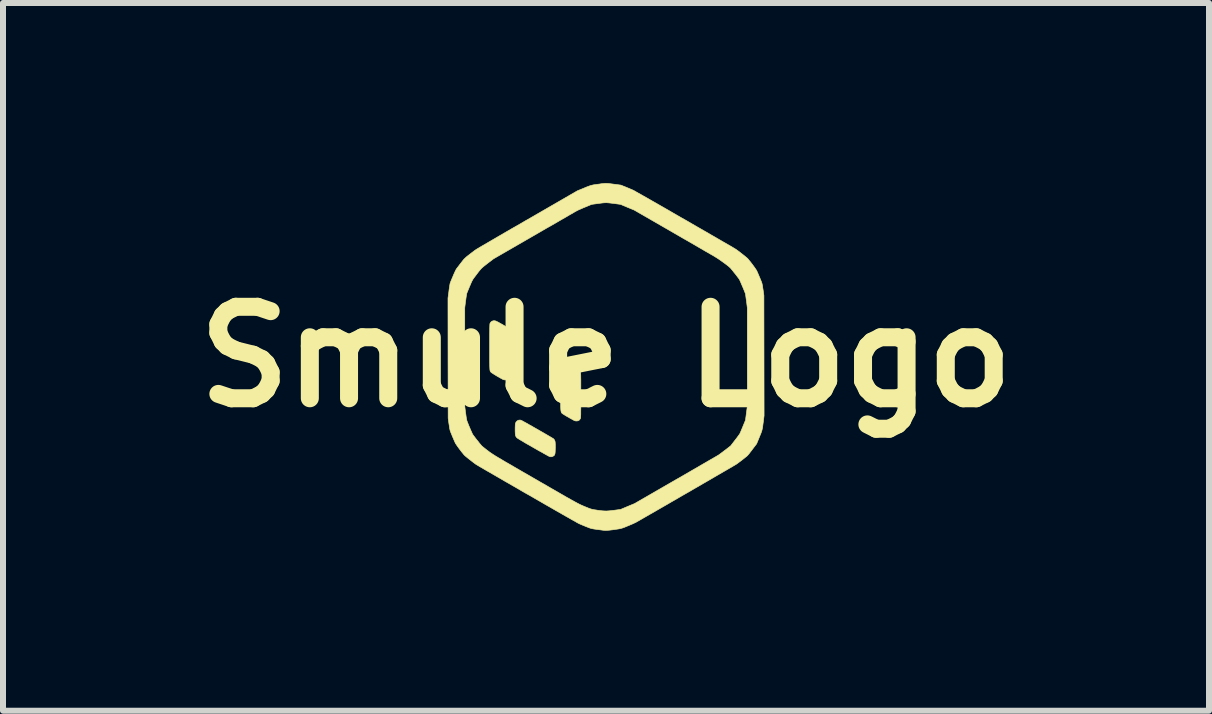
<source format=kicad_pcb>
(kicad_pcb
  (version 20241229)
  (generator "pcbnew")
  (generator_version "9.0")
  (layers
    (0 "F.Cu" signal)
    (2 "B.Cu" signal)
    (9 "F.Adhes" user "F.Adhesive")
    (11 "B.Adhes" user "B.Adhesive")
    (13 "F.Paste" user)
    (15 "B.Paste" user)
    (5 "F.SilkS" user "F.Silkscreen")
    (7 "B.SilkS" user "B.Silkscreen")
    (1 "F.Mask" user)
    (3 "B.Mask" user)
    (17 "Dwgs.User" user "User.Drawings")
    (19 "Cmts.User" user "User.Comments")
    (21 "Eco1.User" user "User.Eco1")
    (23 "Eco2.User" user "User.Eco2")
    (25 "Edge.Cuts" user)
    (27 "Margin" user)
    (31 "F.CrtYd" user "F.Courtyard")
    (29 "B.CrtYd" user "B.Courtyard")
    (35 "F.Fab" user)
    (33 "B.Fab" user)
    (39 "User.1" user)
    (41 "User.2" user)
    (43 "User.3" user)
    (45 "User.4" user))
  (footprint "Smule Logo"
    (layer "F.Cu")
    (at 7.047 2.896)
    (property "Reference" "Smule Logo" (at 0 0 0) (layer "F.SilkS") (effects (font (size 1.524 1.524) (thickness 0.3))))
    (attr through_hole)
    (fp_poly (pts (xy -1.419 1.055) (xy -1.411 1.058) (xy -1.397 1.065) (xy -1.375 1.077) (xy -1.348 1.092) (xy -1.316 1.109) (xy -1.281 1.13) (xy -1.242 1.151) (xy -1.201 1.175) (xy -1.159 1.199) (xy -1.117 1.223) (xy -1.075 1.247) (xy -1.035 1.27) (xy -0.997 1.292) (xy -0.963 1.312) (xy -0.932 1.33) (xy -0.907 1.345) (xy -0.888 1.356) (xy -0.876 1.364) (xy -0.873 1.366) (xy -0.865 1.376) (xy -0.856 1.39) (xy -0.854 1.395) (xy -0.851 1.403) (xy -0.849 1.412) (xy -0.847 1.425) (xy -0.846 1.442) (xy -0.845 1.465) (xy -0.845 1.495) (xy -0.845 1.509) (xy -0.846 1.549) (xy -0.847 1.58) (xy -0.849 1.604) (xy -0.853 1.621) (xy -0.858 1.634) (xy -0.866 1.644) (xy -0.876 1.651) (xy -0.885 1.656) (xy -0.903 1.663) (xy -0.918 1.665) (xy -0.935 1.662) (xy -0.945 1.659) (xy -0.952 1.655) (xy -0.967 1.648) (xy -0.988 1.636) (xy -1.015 1.621) (xy -1.047 1.603) (xy -1.082 1.583) (xy -1.121 1.562) (xy -1.161 1.539) (xy -1.203 1.515) (xy -1.244 1.491) (xy -1.285 1.468) (xy -1.324 1.446) (xy -1.36 1.425) (xy -1.392 1.405) (xy -1.42 1.389) (xy -1.443 1.375) (xy -1.459 1.365) (xy -1.465 1.361) (xy -1.481 1.351) (xy -1.492 1.34) (xy -1.501 1.327) (xy -1.507 1.312) (xy -1.511 1.292) (xy -1.513 1.267) (xy -1.514 1.234) (xy -1.514 1.211) (xy -1.514 1.181) (xy -1.513 1.153) (xy -1.512 1.13) (xy -1.51 1.113) (xy -1.509 1.107) (xy -1.498 1.084) (xy -1.48 1.066) (xy -1.458 1.055) (xy -1.433 1.052) (xy -1.419 1.055)) (stroke (width 0.01) (type solid)) (fill yes) (layer "F.SilkS"))
    (fp_poly (pts (xy -1.852 -0.602) (xy -1.845 -0.6) (xy -1.833 -0.596) (xy -1.814 -0.587) (xy -1.79 -0.575) (xy -1.764 -0.56) (xy -1.735 -0.544) (xy -1.707 -0.528) (xy -1.681 -0.512) (xy -1.658 -0.498) (xy -1.641 -0.486) (xy -1.631 -0.479) (xy -1.616 -0.459) (xy -1.607 -0.441) (xy -1.606 -0.433) (xy -1.605 -0.419) (xy -1.605 -0.397) (xy -1.604 -0.367) (xy -1.603 -0.33) (xy -1.603 -0.284) (xy -1.603 -0.23) (xy -1.603 -0.167) (xy -1.603 -0.095) (xy -1.603 -0.043) (xy -1.604 0.028) (xy -1.604 0.09) (xy -1.604 0.144) (xy -1.604 0.19) (xy -1.605 0.229) (xy -1.605 0.261) (xy -1.606 0.288) (xy -1.607 0.309) (xy -1.609 0.326) (xy -1.611 0.339) (xy -1.613 0.348) (xy -1.615 0.356) (xy -1.618 0.361) (xy -1.622 0.365) (xy -1.626 0.368) (xy -1.631 0.372) (xy -1.632 0.373) (xy -1.649 0.38) (xy -1.671 0.384) (xy -1.693 0.383) (xy -1.71 0.379) (xy -1.721 0.374) (xy -1.739 0.364) (xy -1.761 0.352) (xy -1.787 0.337) (xy -1.814 0.322) (xy -1.84 0.306) (xy -1.865 0.291) (xy -1.886 0.277) (xy -1.902 0.267) (xy -1.911 0.26) (xy -1.912 0.26) (xy -1.917 0.255) (xy -1.921 0.251) (xy -1.925 0.246) (xy -1.928 0.241) (xy -1.931 0.233) (xy -1.933 0.224) (xy -1.935 0.211) (xy -1.936 0.194) (xy -1.937 0.173) (xy -1.938 0.148) (xy -1.938 0.116) (xy -1.939 0.078) (xy -1.939 0.033) (xy -1.939 -0.019) (xy -1.939 -0.08) (xy -1.939 -0.15) (xy -1.939 -0.163) (xy -1.939 -0.245) (xy -1.939 -0.317) (xy -1.939 -0.379) (xy -1.938 -0.432) (xy -1.938 -0.475) (xy -1.937 -0.509) (xy -1.936 -0.534) (xy -1.935 -0.549) (xy -1.934 -0.555) (xy -1.921 -0.578) (xy -1.901 -0.594) (xy -1.878 -0.602) (xy -1.852 -0.602)) (stroke (width 0.01) (type solid)) (fill yes) (layer "F.SilkS"))
    (fp_poly (pts (xy -0.668 0.081) (xy -0.657 0.084) (xy -0.642 0.09) (xy -0.623 0.1) (xy -0.599 0.113) (xy -0.568 0.13) (xy -0.537 0.148) (xy -0.512 0.163) (xy -0.488 0.177) (xy -0.468 0.19) (xy -0.454 0.2) (xy -0.448 0.205) (xy -0.443 0.209) (xy -0.438 0.213) (xy -0.435 0.218) (xy -0.431 0.223) (xy -0.429 0.231) (xy -0.427 0.24) (xy -0.425 0.253) (xy -0.423 0.269) (xy -0.422 0.29) (xy -0.421 0.316) (xy -0.421 0.347) (xy -0.42 0.384) (xy -0.42 0.429) (xy -0.42 0.481) (xy -0.42 0.542) (xy -0.42 0.611) (xy -0.42 0.631) (xy -0.42 0.702) (xy -0.42 0.763) (xy -0.42 0.816) (xy -0.42 0.861) (xy -0.421 0.899) (xy -0.421 0.931) (xy -0.421 0.956) (xy -0.422 0.977) (xy -0.423 0.993) (xy -0.423 1.005) (xy -0.424 1.015) (xy -0.426 1.021) (xy -0.427 1.026) (xy -0.428 1.03) (xy -0.429 1.03) (xy -0.438 1.044) (xy -0.449 1.056) (xy -0.45 1.056) (xy -0.468 1.065) (xy -0.49 1.068) (xy -0.513 1.066) (xy -0.523 1.063) (xy -0.533 1.058) (xy -0.551 1.049) (xy -0.573 1.036) (xy -0.599 1.022) (xy -0.626 1.006) (xy -0.653 0.991) (xy -0.679 0.976) (xy -0.7 0.962) (xy -0.717 0.952) (xy -0.726 0.945) (xy -0.732 0.941) (xy -0.737 0.936) (xy -0.741 0.931) (xy -0.744 0.925) (xy -0.747 0.916) (xy -0.75 0.905) (xy -0.752 0.891) (xy -0.754 0.872) (xy -0.755 0.849) (xy -0.756 0.821) (xy -0.756 0.786) (xy -0.757 0.745) (xy -0.757 0.697) (xy -0.757 0.641) (xy -0.757 0.576) (xy -0.757 0.521) (xy -0.757 0.442) (xy -0.757 0.372) (xy -0.756 0.311) (xy -0.756 0.259) (xy -0.755 0.217) (xy -0.755 0.184) (xy -0.754 0.16) (xy -0.753 0.145) (xy -0.752 0.139) (xy -0.741 0.116) (xy -0.725 0.097) (xy -0.703 0.085) (xy -0.698 0.083) (xy -0.688 0.081) (xy -0.679 0.08) (xy -0.668 0.081)) (stroke (width 0.01) (type solid)) (fill yes) (layer "F.SilkS"))
    (fp_poly (pts (xy 0.016 -2.89) (xy 0.038 -2.889) (xy 0.063 -2.886) (xy 0.094 -2.882) (xy 0.133 -2.877) (xy 0.135 -2.877) (xy 0.247 -2.862) (xy 0.327 -2.83) (xy 0.358 -2.817) (xy 0.39 -2.804) (xy 0.42 -2.791) (xy 0.446 -2.78) (xy 0.457 -2.775) (xy 0.465 -2.77) (xy 0.481 -2.762) (xy 0.504 -2.748) (xy 0.534 -2.731) (xy 0.571 -2.711) (xy 0.614 -2.686) (xy 0.662 -2.659) (xy 0.715 -2.629) (xy 0.772 -2.596) (xy 0.834 -2.561) (xy 0.898 -2.524) (xy 0.966 -2.485) (xy 1.036 -2.445) (xy 1.108 -2.403) (xy 1.181 -2.361) (xy 1.255 -2.318) (xy 1.33 -2.276) (xy 1.404 -2.233) (xy 1.478 -2.19) (xy 1.551 -2.148) (xy 1.622 -2.107) (xy 1.691 -2.068) (xy 1.757 -2.029) (xy 1.82 -1.993) (xy 1.88 -1.958) (xy 1.935 -1.926) (xy 1.986 -1.897) (xy 2.031 -1.871) (xy 2.071 -1.848) (xy 2.105 -1.828) (xy 2.131 -1.812) (xy 2.151 -1.8) (xy 2.163 -1.793) (xy 2.166 -1.791) (xy 2.182 -1.779) (xy 2.203 -1.764) (xy 2.227 -1.746) (xy 2.252 -1.726) (xy 2.278 -1.706) (xy 2.303 -1.686) (xy 2.325 -1.668) (xy 2.343 -1.653) (xy 2.356 -1.642) (xy 2.36 -1.638) (xy 2.372 -1.624) (xy 2.388 -1.604) (xy 2.407 -1.581) (xy 2.427 -1.555) (xy 2.448 -1.527) (xy 2.467 -1.501) (xy 2.484 -1.477) (xy 2.498 -1.456) (xy 2.508 -1.441) (xy 2.511 -1.436) (xy 2.517 -1.422) (xy 2.526 -1.402) (xy 2.537 -1.376) (xy 2.549 -1.348) (xy 2.562 -1.318) (xy 2.573 -1.29) (xy 2.584 -1.264) (xy 2.592 -1.243) (xy 2.597 -1.228) (xy 2.598 -1.226) (xy 2.6 -1.216) (xy 2.604 -1.198) (xy 2.608 -1.174) (xy 2.612 -1.146) (xy 2.617 -1.116) (xy 2.63 -1.023) (xy 2.633 0.979) (xy 2.621 1.079) (xy 2.615 1.12) (xy 2.611 1.154) (xy 2.607 1.181) (xy 2.602 1.204) (xy 2.597 1.226) (xy 2.59 1.247) (xy 2.582 1.27) (xy 2.571 1.296) (xy 2.558 1.329) (xy 2.553 1.341) (xy 2.509 1.448) (xy 2.442 1.536) (xy 2.422 1.563) (xy 2.402 1.588) (xy 2.385 1.611) (xy 2.37 1.629) (xy 2.359 1.641) (xy 2.357 1.644) (xy 2.346 1.654) (xy 2.328 1.668) (xy 2.306 1.686) (xy 2.281 1.706) (xy 2.254 1.727) (xy 2.227 1.747) (xy 2.202 1.766) (xy 2.18 1.782) (xy 2.166 1.791) (xy 2.16 1.795) (xy 2.146 1.803) (xy 2.124 1.816) (xy 2.096 1.833) (xy 2.061 1.853) (xy 2.02 1.877) (xy 1.973 1.904) (xy 1.922 1.934) (xy 1.866 1.966) (xy 1.806 2.001) (xy 1.743 2.038) (xy 1.677 2.076) (xy 1.608 2.116) (xy 1.538 2.157) (xy 1.466 2.198) (xy 1.393 2.241) (xy 1.319 2.283) (xy 1.246 2.325) (xy 1.173 2.368) (xy 1.101 2.409) (xy 1.031 2.45) (xy 0.963 2.489) (xy 0.897 2.527) (xy 0.835 2.563) (xy 0.776 2.597) (xy 0.721 2.628) (xy 0.671 2.657) (xy 0.626 2.683) (xy 0.586 2.706) (xy 0.552 2.726) (xy 0.525 2.741) (xy 0.505 2.752) (xy 0.503 2.754) (xy 0.491 2.76) (xy 0.471 2.769) (xy 0.446 2.781) (xy 0.417 2.793) (xy 0.385 2.807) (xy 0.37 2.813) (xy 0.336 2.827) (xy 0.307 2.839) (xy 0.283 2.848) (xy 0.26 2.855) (xy 0.237 2.861) (xy 0.213 2.866) (xy 0.185 2.87) (xy 0.151 2.875) (xy 0.11 2.881) (xy 0.101 2.882) (xy 0.059 2.887) (xy 0.024 2.89) (xy -0.005 2.891) (xy -0.033 2.89) (xy -0.059 2.887) (xy -0.066 2.886) (xy -0.081 2.884) (xy -0.104 2.881) (xy -0.131 2.877) (xy -0.16 2.874) (xy -0.171 2.872) (xy -0.2 2.868) (xy -0.222 2.864) (xy -0.242 2.86) (xy -0.262 2.854) (xy -0.284 2.847) (xy -0.31 2.836) (xy -0.327 2.83) (xy -0.358 2.817) (xy -0.39 2.804) (xy -0.42 2.791) (xy -0.446 2.78) (xy -0.457 2.775) (xy -0.465 2.77) (xy -0.481 2.762) (xy -0.504 2.748) (xy -0.534 2.731) (xy -0.571 2.711) (xy -0.614 2.686) (xy -0.662 2.659) (xy -0.715 2.629) (xy -0.772 2.596) (xy -0.834 2.561) (xy -0.898 2.524) (xy -0.966 2.485) (xy -1.036 2.445) (xy -1.108 2.403) (xy -1.181 2.361) (xy -1.255 2.318) (xy -1.33 2.276) (xy -1.405 2.233) (xy -1.478 2.19) (xy -1.551 2.148) (xy -1.622 2.107) (xy -1.691 2.068) (xy -1.757 2.029) (xy -1.82 1.993) (xy -1.88 1.958) (xy -1.935 1.926) (xy -1.986 1.897) (xy -2.031 1.871) (xy -2.071 1.847) (xy -2.105 1.828) (xy -2.131 1.812) (xy -2.151 1.8) (xy -2.163 1.793) (xy -2.166 1.791) (xy -2.182 1.78) (xy -2.203 1.764) (xy -2.227 1.746) (xy -2.252 1.726) (xy -2.278 1.706) (xy -2.303 1.686) (xy -2.325 1.668) (xy -2.343 1.653) (xy -2.355 1.642) (xy -2.36 1.638) (xy -2.372 1.624) (xy -2.388 1.604) (xy -2.407 1.581) (xy -2.427 1.555) (xy -2.448 1.527) (xy -2.467 1.501) (xy -2.484 1.477) (xy -2.498 1.456) (xy -2.508 1.441) (xy -2.511 1.436) (xy -2.517 1.422) (xy -2.526 1.402) (xy -2.537 1.376) (xy -2.549 1.348) (xy -2.562 1.318) (xy -2.573 1.29) (xy -2.584 1.264) (xy -2.592 1.243) (xy -2.597 1.228) (xy -2.598 1.226) (xy -2.6 1.216) (xy -2.604 1.198) (xy -2.608 1.174) (xy -2.612 1.146) (xy -2.617 1.116) (xy -2.63 1.023) (xy -2.632 0.022) (xy -2.633 -0.817) (xy -2.354 -0.817) (xy -2.354 0.818) (xy -2.34 0.931) (xy -2.335 0.964) (xy -2.331 0.994) (xy -2.327 1.021) (xy -2.323 1.042) (xy -2.32 1.056) (xy -2.319 1.06) (xy -2.314 1.074) (xy -2.306 1.095) (xy -2.296 1.12) (xy -2.285 1.148) (xy -2.272 1.177) (xy -2.26 1.207) (xy -2.248 1.234) (xy -2.237 1.258) (xy -2.229 1.277) (xy -2.223 1.289) (xy -2.221 1.292) (xy -2.209 1.309) (xy -2.193 1.33) (xy -2.175 1.354) (xy -2.155 1.38) (xy -2.134 1.405) (xy -2.115 1.43) (xy -2.097 1.452) (xy -2.082 1.469) (xy -2.072 1.482) (xy -2.068 1.485) (xy -2.058 1.494) (xy -2.043 1.506) (xy -2.022 1.523) (xy -1.998 1.542) (xy -1.972 1.562) (xy -1.965 1.567) (xy -1.953 1.576) (xy -1.943 1.584) (xy -1.932 1.592) (xy -1.92 1.6) (xy -1.907 1.609) (xy -1.893 1.618) (xy -1.878 1.628) (xy -1.859 1.64) (xy -1.839 1.653) (xy -1.815 1.667) (xy -1.787 1.684) (xy -1.755 1.702) (xy -1.719 1.724) (xy -1.679 1.748) (xy -1.633 1.774) (xy -1.581 1.804) (xy -1.523 1.838) (xy -1.459 1.875) (xy -1.387 1.917) (xy -1.308 1.962) (xy -1.222 2.012) (xy -1.175 2.039) (xy -1.084 2.092) (xy -1.001 2.139) (xy -0.926 2.183) (xy -0.858 2.222) (xy -0.797 2.257) (xy -0.742 2.289) (xy -0.693 2.317) (xy -0.65 2.342) (xy -0.611 2.363) (xy -0.577 2.383) (xy -0.547 2.399) (xy -0.521 2.414) (xy -0.498 2.426) (xy -0.478 2.437) (xy -0.46 2.446) (xy -0.445 2.454) (xy -0.431 2.461) (xy -0.418 2.467) (xy -0.405 2.473) (xy -0.393 2.478) (xy -0.381 2.483) (xy -0.373 2.487) (xy -0.336 2.502) (xy -0.306 2.514) (xy -0.282 2.524) (xy -0.262 2.531) (xy -0.244 2.536) (xy -0.227 2.541) (xy -0.21 2.544) (xy -0.189 2.548) (xy -0.164 2.551) (xy -0.142 2.555) (xy -0.097 2.561) (xy -0.06 2.565) (xy -0.026 2.567) (xy 0.005 2.568) (xy 0.037 2.566) (xy 0.073 2.563) (xy 0.113 2.558) (xy 0.14 2.555) (xy 0.244 2.541) (xy 0.36 2.492) (xy 0.476 2.444) (xy 1.16 2.049) (xy 1.236 2.006) (xy 1.31 1.963) (xy 1.381 1.922) (xy 1.449 1.882) (xy 1.514 1.845) (xy 1.575 1.809) (xy 1.632 1.776) (xy 1.684 1.746) (xy 1.73 1.719) (xy 1.771 1.696) (xy 1.805 1.676) (xy 1.833 1.66) (xy 1.853 1.648) (xy 1.866 1.64) (xy 1.871 1.638) (xy 1.882 1.63) (xy 1.9 1.617) (xy 1.923 1.6) (xy 1.948 1.581) (xy 1.975 1.56) (xy 1.987 1.552) (xy 2.077 1.482) (xy 2.147 1.391) (xy 2.168 1.364) (xy 2.187 1.339) (xy 2.203 1.317) (xy 2.216 1.299) (xy 2.225 1.287) (xy 2.227 1.284) (xy 2.231 1.275) (xy 2.239 1.258) (xy 2.249 1.235) (xy 2.26 1.208) (xy 2.273 1.178) (xy 2.28 1.16) (xy 2.324 1.053) (xy 2.339 0.935) (xy 2.355 0.818) (xy 2.354 -0.000141) (xy 2.354 -0.818) (xy 2.34 -0.931) (xy 2.335 -0.963) (xy 2.331 -0.993) (xy 2.328 -1.018) (xy 2.325 -1.038) (xy 2.323 -1.05) (xy 2.322 -1.053) (xy 2.318 -1.064) (xy 2.311 -1.082) (xy 2.302 -1.105) (xy 2.291 -1.132) (xy 2.279 -1.161) (xy 2.266 -1.191) (xy 2.254 -1.219) (xy 2.243 -1.245) (xy 2.233 -1.267) (xy 2.226 -1.283) (xy 2.221 -1.291) (xy 2.221 -1.292) (xy 2.209 -1.309) (xy 2.193 -1.33) (xy 2.175 -1.354) (xy 2.155 -1.38) (xy 2.134 -1.405) (xy 2.115 -1.43) (xy 2.097 -1.452) (xy 2.082 -1.469) (xy 2.072 -1.482) (xy 2.068 -1.485) (xy 2.044 -1.507) (xy 2.012 -1.532) (xy 1.976 -1.559) (xy 1.937 -1.587) (xy 1.897 -1.616) (xy 1.856 -1.643) (xy 1.818 -1.667) (xy 1.79 -1.684) (xy 1.775 -1.693) (xy 1.751 -1.706) (xy 1.721 -1.724) (xy 1.684 -1.745) (xy 1.64 -1.77) (xy 1.591 -1.799) (xy 1.537 -1.83) (xy 1.479 -1.864) (xy 1.417 -1.9) (xy 1.351 -1.938) (xy 1.282 -1.977) (xy 1.212 -2.018) (xy 1.139 -2.06) (xy 1.084 -2.092) (xy 0.47 -2.446) (xy 0.356 -2.493) (xy 0.242 -2.541) (xy 0.137 -2.555) (xy 0.104 -2.559) (xy 0.072 -2.563) (xy 0.043 -2.566) (xy 0.019 -2.568) (xy 0.003 -2.569) (xy 0 -2.569) (xy -0.015 -2.568) (xy -0.037 -2.567) (xy -0.065 -2.564) (xy -0.096 -2.56) (xy -0.129 -2.556) (xy -0.135 -2.555) (xy -0.239 -2.541) (xy -0.348 -2.496) (xy -0.38 -2.483) (xy -0.411 -2.469) (xy -0.439 -2.457) (xy -0.462 -2.447) (xy -0.478 -2.439) (xy -0.484 -2.436) (xy -0.491 -2.432) (xy -0.506 -2.424) (xy -0.529 -2.411) (xy -0.558 -2.393) (xy -0.595 -2.373) (xy -0.637 -2.348) (xy -0.685 -2.32) (xy -0.738 -2.29) (xy -0.796 -2.256) (xy -0.858 -2.22) (xy -0.924 -2.182) (xy -0.994 -2.143) (xy -1.066 -2.101) (xy -1.14 -2.058) (xy -1.192 -2.028) (xy -1.873 -1.635) (xy -1.973 -1.559) (xy -2.001 -1.537) (xy -2.024 -1.519) (xy -2.043 -1.504) (xy -2.06 -1.489) (xy -2.075 -1.475) (xy -2.09 -1.459) (xy -2.105 -1.441) (xy -2.123 -1.419) (xy -2.144 -1.391) (xy -2.169 -1.358) (xy -2.175 -1.35) (xy -2.192 -1.328) (xy -2.206 -1.309) (xy -2.217 -1.293) (xy -2.226 -1.277) (xy -2.235 -1.26) (xy -2.245 -1.239) (xy -2.256 -1.213) (xy -2.27 -1.18) (xy -2.272 -1.177) (xy -2.284 -1.146) (xy -2.296 -1.118) (xy -2.306 -1.093) (xy -2.314 -1.074) (xy -2.319 -1.061) (xy -2.32 -1.058) (xy -2.322 -1.049) (xy -2.325 -1.032) (xy -2.329 -1.008) (xy -2.333 -0.979) (xy -2.337 -0.948) (xy -2.34 -0.93) (xy -2.354 -0.817) (xy -2.633 -0.817) (xy -2.633 -0.979) (xy -2.618 -1.091) (xy -2.614 -1.125) (xy -2.609 -1.155) (xy -2.605 -1.182) (xy -2.602 -1.204) (xy -2.599 -1.218) (xy -2.599 -1.222) (xy -2.594 -1.235) (xy -2.587 -1.255) (xy -2.577 -1.279) (xy -2.565 -1.308) (xy -2.552 -1.338) (xy -2.54 -1.368) (xy -2.527 -1.396) (xy -2.516 -1.421) (xy -2.506 -1.441) (xy -2.499 -1.455) (xy -2.497 -1.458) (xy -2.491 -1.468) (xy -2.479 -1.484) (xy -2.463 -1.504) (xy -2.445 -1.528) (xy -2.425 -1.554) (xy -2.42 -1.561) (xy -2.398 -1.589) (xy -2.381 -1.611) (xy -2.366 -1.628) (xy -2.351 -1.643) (xy -2.336 -1.657) (xy -2.319 -1.672) (xy -2.297 -1.689) (xy -2.283 -1.7) (xy -2.257 -1.72) (xy -2.231 -1.74) (xy -2.207 -1.758) (xy -2.188 -1.773) (xy -2.176 -1.781) (xy -2.168 -1.786) (xy -2.153 -1.796) (xy -2.129 -1.81) (xy -2.099 -1.828) (xy -2.062 -1.85) (xy -2.018 -1.875) (xy -1.969 -1.904) (xy -1.914 -1.936) (xy -1.854 -1.971) (xy -1.789 -2.009) (xy -1.72 -2.049) (xy -1.648 -2.091) (xy -1.572 -2.135) (xy -1.493 -2.18) (xy -1.411 -2.227) (xy -1.328 -2.276) (xy -1.309 -2.286) (xy -0.477 -2.767) (xy -0.367 -2.812) (xy -0.332 -2.827) (xy -0.303 -2.838) (xy -0.279 -2.847) (xy -0.256 -2.855) (xy -0.233 -2.861) (xy -0.209 -2.866) (xy -0.181 -2.87) (xy -0.147 -2.875) (xy -0.106 -2.88) (xy -0.096 -2.882) (xy -0.067 -2.886) (xy -0.043 -2.888) (xy -0.022 -2.89) (xy -0.003 -2.891) (xy 0.016 -2.89)) (stroke (width 0.01) (type solid)) (fill yes) (layer "F.SilkS")))
  (gr_rect
    (start -3 -3)
    (end 17.093 8.791)
    (stroke (width 0.1) (type default))
    (fill no)
    (layer "Edge.Cuts")))
</source>
